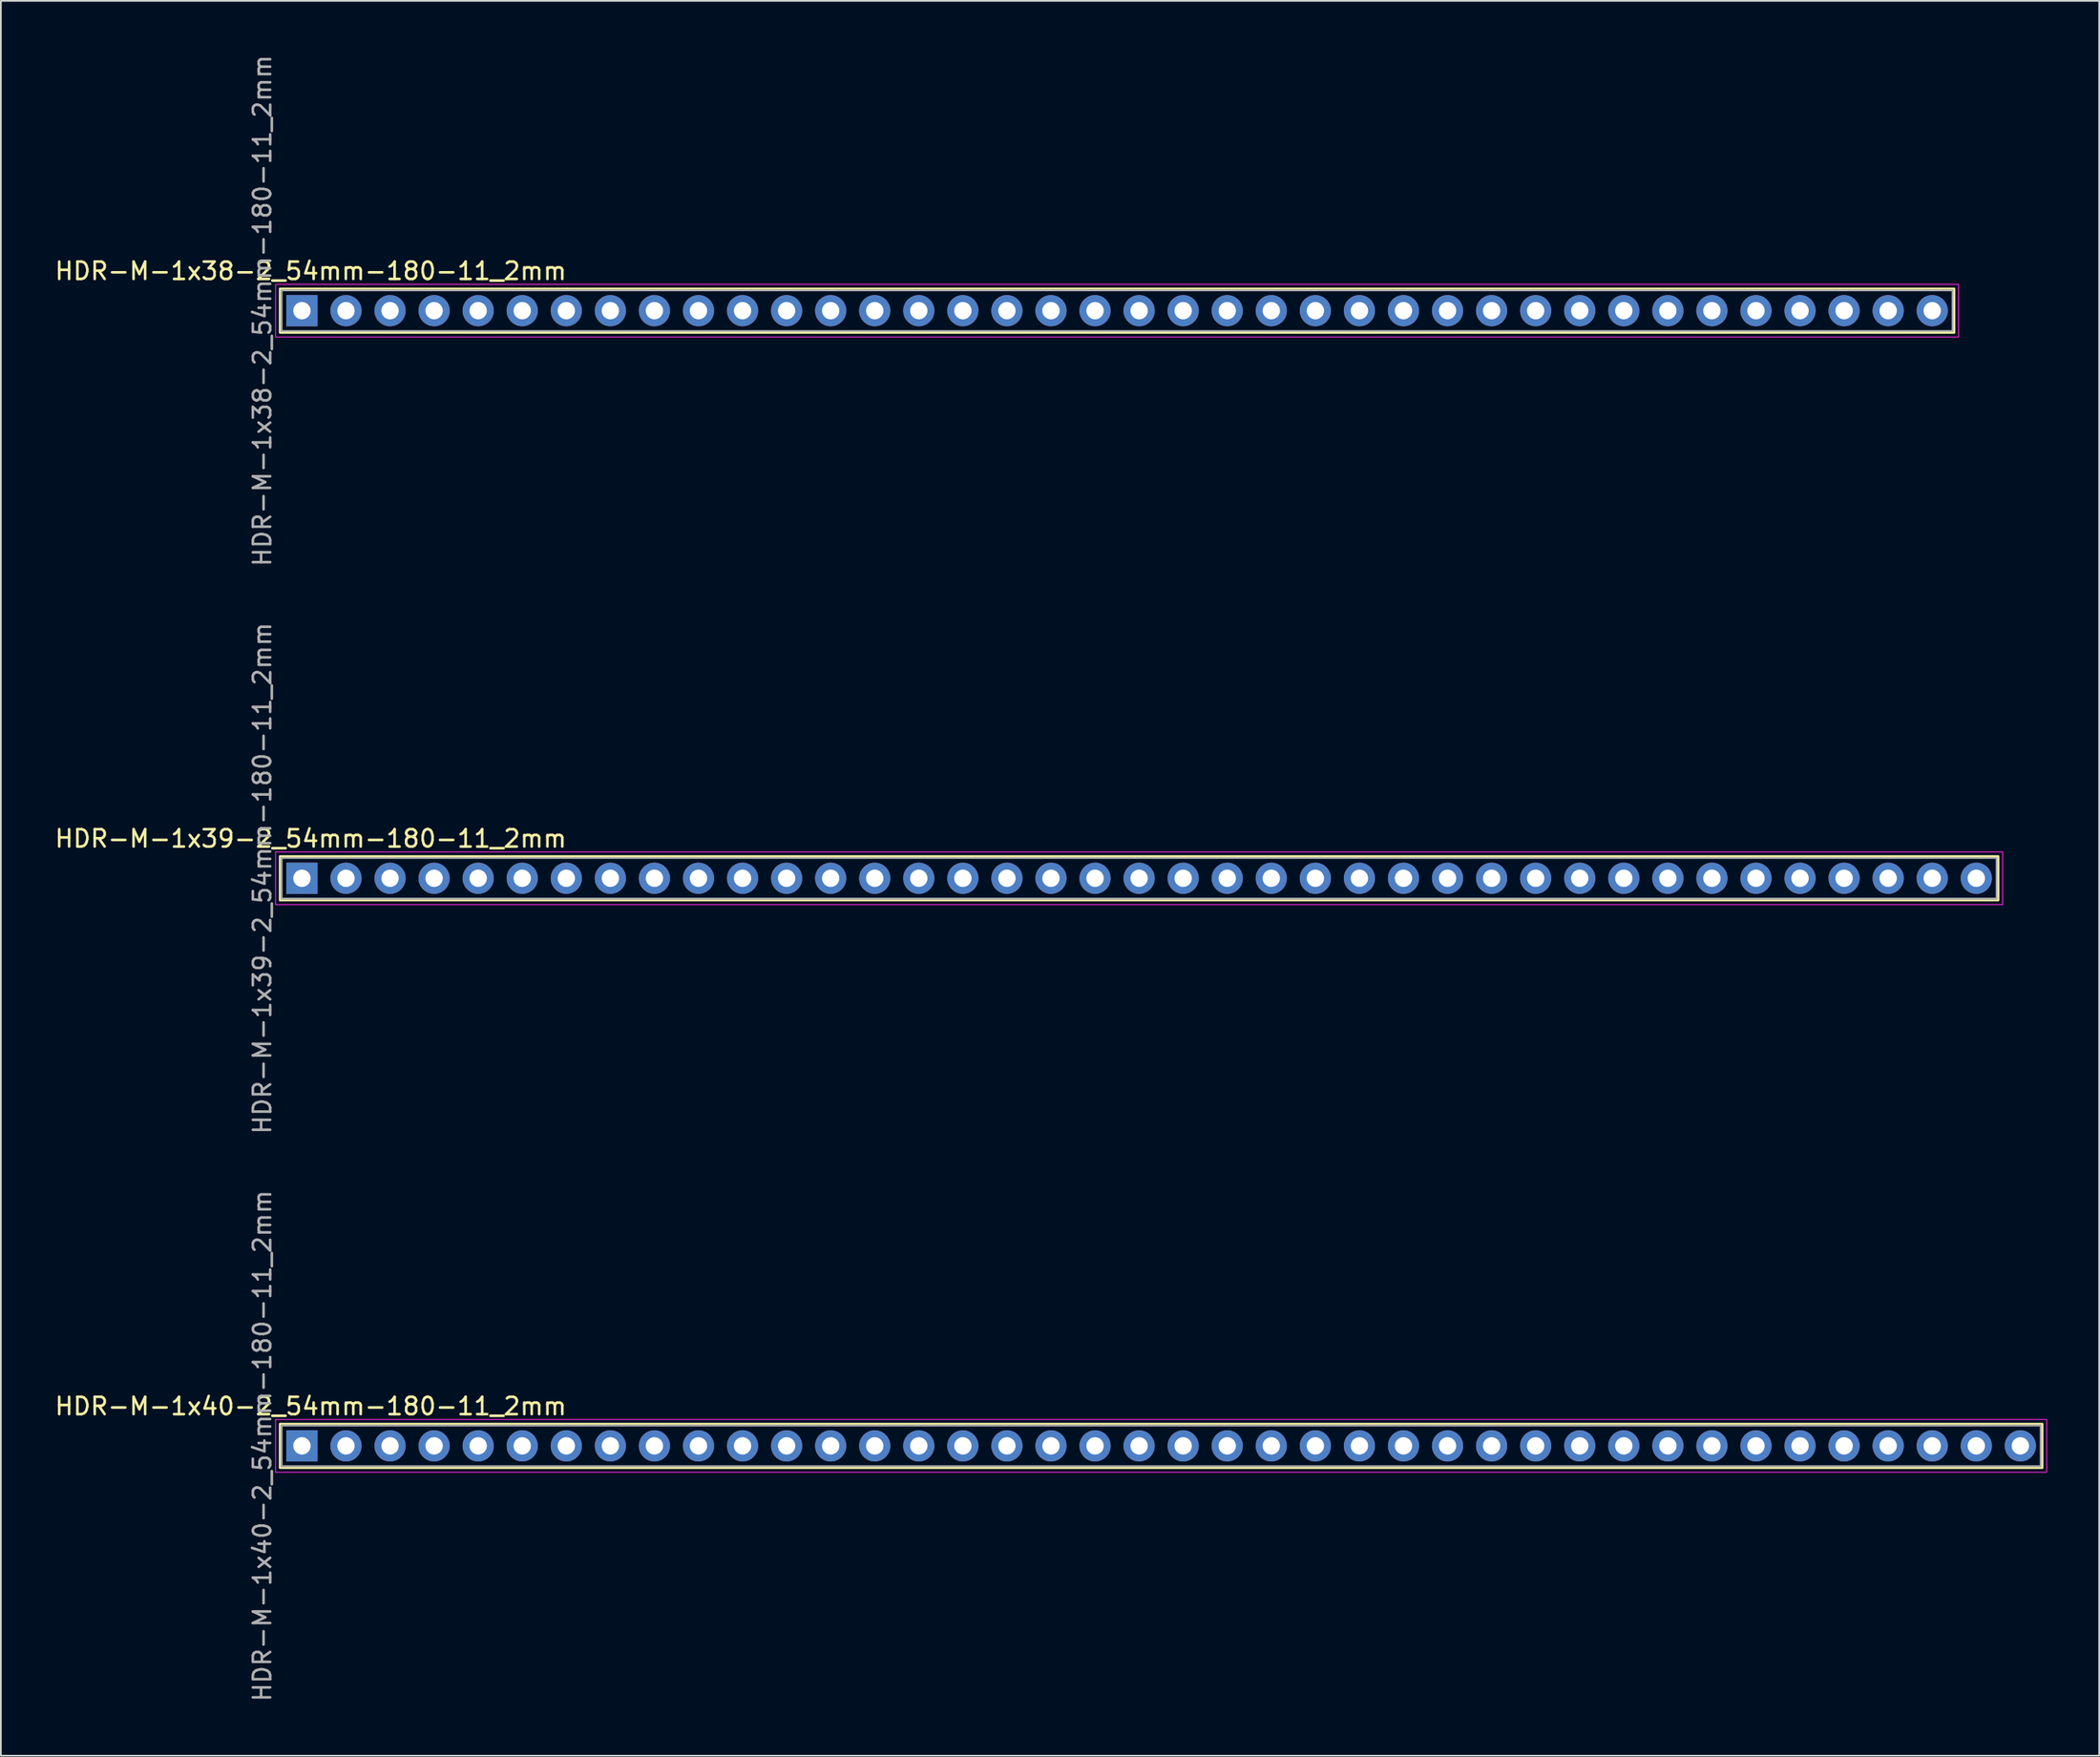
<source format=kicad_pcb>
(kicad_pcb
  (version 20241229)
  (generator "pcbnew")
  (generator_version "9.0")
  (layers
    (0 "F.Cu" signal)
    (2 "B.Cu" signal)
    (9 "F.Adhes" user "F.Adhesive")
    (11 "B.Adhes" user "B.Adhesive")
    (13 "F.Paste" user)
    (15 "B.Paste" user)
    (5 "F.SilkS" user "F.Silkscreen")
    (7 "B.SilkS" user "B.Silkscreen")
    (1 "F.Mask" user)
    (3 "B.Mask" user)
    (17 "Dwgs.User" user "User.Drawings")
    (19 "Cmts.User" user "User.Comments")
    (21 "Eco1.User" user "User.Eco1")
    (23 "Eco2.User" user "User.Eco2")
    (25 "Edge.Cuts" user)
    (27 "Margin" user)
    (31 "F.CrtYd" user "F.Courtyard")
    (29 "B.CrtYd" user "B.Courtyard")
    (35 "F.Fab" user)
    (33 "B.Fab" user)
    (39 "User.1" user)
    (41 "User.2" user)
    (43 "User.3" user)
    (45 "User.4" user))
  (footprint "HDR-M-1x38-2_54mm-180-11_2mm"
    (layer "F.Cu")
    (at 14.355 14.863)
    (property "Reference" "HDR-M-1x38-2_54mm-180-11_2mm" (at 0.508 -2.286 0) (unlocked yes) (layer "F.SilkS") (effects (font (size 1 1) (thickness 0.15))))
    (attr through_hole)
    (fp_rect (start -1.27 -1.27) (end 95.25 1.27) (stroke (width 0.12) (type solid)) (fill no) (layer "F.SilkS"))
    (fp_rect (start -1.52 -1.52) (end 95.5 1.52) (stroke (width 0.05) (type solid)) (fill no) (layer "F.CrtYd"))
    (fp_rect (start -1.17 -1.17) (end 95.15 1.17) (stroke (width 0.1) (type solid)) (fill no) (layer "F.Fab"))
    (fp_text user "${REFERENCE}" (at -2.286 0 90) (unlocked yes) (layer "F.Fab") (effects (font (size 1 1) (thickness 0.15))))
    (pad "1" thru_hole rect (at 0 0) (size 1.8 1.8) (drill 1) (layers "*.Cu" "*.Mask"))
    (pad "2" thru_hole circle (at 2.54 0) (size 1.8 1.8) (drill 1) (layers "*.Cu" "*.Mask"))
    (pad "3" thru_hole circle (at 5.08 0) (size 1.8 1.8) (drill 1) (layers "*.Cu" "*.Mask"))
    (pad "4" thru_hole circle (at 7.62 0) (size 1.8 1.8) (drill 1) (layers "*.Cu" "*.Mask"))
    (pad "5" thru_hole circle (at 10.16 0) (size 1.8 1.8) (drill 1) (layers "*.Cu" "*.Mask"))
    (pad "6" thru_hole circle (at 12.7 0) (size 1.8 1.8) (drill 1) (layers "*.Cu" "*.Mask"))
    (pad "7" thru_hole circle (at 15.24 0) (size 1.8 1.8) (drill 1) (layers "*.Cu" "*.Mask"))
    (pad "8" thru_hole circle (at 17.78 0) (size 1.8 1.8) (drill 1) (layers "*.Cu" "*.Mask"))
    (pad "9" thru_hole circle (at 20.32 0) (size 1.8 1.8) (drill 1) (layers "*.Cu" "*.Mask"))
    (pad "10" thru_hole circle (at 22.86 0) (size 1.8 1.8) (drill 1) (layers "*.Cu" "*.Mask"))
    (pad "11" thru_hole circle (at 25.4 0) (size 1.8 1.8) (drill 1) (layers "*.Cu" "*.Mask"))
    (pad "12" thru_hole circle (at 27.94 0) (size 1.8 1.8) (drill 1) (layers "*.Cu" "*.Mask"))
    (pad "13" thru_hole circle (at 30.48 0) (size 1.8 1.8) (drill 1) (layers "*.Cu" "*.Mask"))
    (pad "14" thru_hole circle (at 33.02 0) (size 1.8 1.8) (drill 1) (layers "*.Cu" "*.Mask"))
    (pad "15" thru_hole circle (at 35.56 0) (size 1.8 1.8) (drill 1) (layers "*.Cu" "*.Mask"))
    (pad "16" thru_hole circle (at 38.1 0) (size 1.8 1.8) (drill 1) (layers "*.Cu" "*.Mask"))
    (pad "17" thru_hole circle (at 40.64 0) (size 1.8 1.8) (drill 1) (layers "*.Cu" "*.Mask"))
    (pad "18" thru_hole circle (at 43.18 0) (size 1.8 1.8) (drill 1) (layers "*.Cu" "*.Mask"))
    (pad "19" thru_hole circle (at 45.72 0) (size 1.8 1.8) (drill 1) (layers "*.Cu" "*.Mask"))
    (pad "20" thru_hole circle (at 48.26 0) (size 1.8 1.8) (drill 1) (layers "*.Cu" "*.Mask"))
    (pad "21" thru_hole circle (at 50.8 0) (size 1.8 1.8) (drill 1) (layers "*.Cu" "*.Mask"))
    (pad "22" thru_hole circle (at 53.34 0) (size 1.8 1.8) (drill 1) (layers "*.Cu" "*.Mask"))
    (pad "23" thru_hole circle (at 55.88 0) (size 1.8 1.8) (drill 1) (layers "*.Cu" "*.Mask"))
    (pad "24" thru_hole circle (at 58.42 0) (size 1.8 1.8) (drill 1) (layers "*.Cu" "*.Mask"))
    (pad "25" thru_hole circle (at 60.96 0) (size 1.8 1.8) (drill 1) (layers "*.Cu" "*.Mask"))
    (pad "26" thru_hole circle (at 63.5 0) (size 1.8 1.8) (drill 1) (layers "*.Cu" "*.Mask"))
    (pad "27" thru_hole circle (at 66.04 0) (size 1.8 1.8) (drill 1) (layers "*.Cu" "*.Mask"))
    (pad "28" thru_hole circle (at 68.58 0) (size 1.8 1.8) (drill 1) (layers "*.Cu" "*.Mask"))
    (pad "29" thru_hole circle (at 71.12 0) (size 1.8 1.8) (drill 1) (layers "*.Cu" "*.Mask"))
    (pad "30" thru_hole circle (at 73.66 0) (size 1.8 1.8) (drill 1) (layers "*.Cu" "*.Mask"))
    (pad "31" thru_hole circle (at 76.2 0) (size 1.8 1.8) (drill 1) (layers "*.Cu" "*.Mask"))
    (pad "32" thru_hole circle (at 78.74 0) (size 1.8 1.8) (drill 1) (layers "*.Cu" "*.Mask"))
    (pad "33" thru_hole circle (at 81.28 0) (size 1.8 1.8) (drill 1) (layers "*.Cu" "*.Mask"))
    (pad "34" thru_hole circle (at 83.82 0) (size 1.8 1.8) (drill 1) (layers "*.Cu" "*.Mask"))
    (pad "35" thru_hole circle (at 86.36 0) (size 1.8 1.8) (drill 1) (layers "*.Cu" "*.Mask"))
    (pad "36" thru_hole circle (at 88.9 0) (size 1.8 1.8) (drill 1) (layers "*.Cu" "*.Mask"))
    (pad "37" thru_hole circle (at 91.44 0) (size 1.8 1.8) (drill 1) (layers "*.Cu" "*.Mask"))
    (pad "38" thru_hole circle (at 93.98 0) (size 1.8 1.8) (drill 1) (layers "*.Cu" "*.Mask")))
  (footprint "HDR-M-1x39-2_54mm-180-11_2mm"
    (layer "F.Cu")
    (at 14.355 47.589)
    (property "Reference" "HDR-M-1x39-2_54mm-180-11_2mm" (at 0.508 -2.286 0) (unlocked yes) (layer "F.SilkS") (effects (font (size 1 1) (thickness 0.15))))
    (attr through_hole)
    (fp_rect (start -1.27 -1.27) (end 97.79 1.27) (stroke (width 0.12) (type solid)) (fill no) (layer "F.SilkS"))
    (fp_rect (start -1.52 -1.52) (end 98.04 1.52) (stroke (width 0.05) (type solid)) (fill no) (layer "F.CrtYd"))
    (fp_rect (start -1.17 -1.17) (end 97.69 1.17) (stroke (width 0.1) (type solid)) (fill no) (layer "F.Fab"))
    (fp_text user "${REFERENCE}" (at -2.286 0 90) (unlocked yes) (layer "F.Fab") (effects (font (size 1 1) (thickness 0.15))))
    (pad "1" thru_hole rect (at 0 0) (size 1.8 1.8) (drill 1) (layers "*.Cu" "*.Mask"))
    (pad "2" thru_hole circle (at 2.54 0) (size 1.8 1.8) (drill 1) (layers "*.Cu" "*.Mask"))
    (pad "3" thru_hole circle (at 5.08 0) (size 1.8 1.8) (drill 1) (layers "*.Cu" "*.Mask"))
    (pad "4" thru_hole circle (at 7.62 0) (size 1.8 1.8) (drill 1) (layers "*.Cu" "*.Mask"))
    (pad "5" thru_hole circle (at 10.16 0) (size 1.8 1.8) (drill 1) (layers "*.Cu" "*.Mask"))
    (pad "6" thru_hole circle (at 12.7 0) (size 1.8 1.8) (drill 1) (layers "*.Cu" "*.Mask"))
    (pad "7" thru_hole circle (at 15.24 0) (size 1.8 1.8) (drill 1) (layers "*.Cu" "*.Mask"))
    (pad "8" thru_hole circle (at 17.78 0) (size 1.8 1.8) (drill 1) (layers "*.Cu" "*.Mask"))
    (pad "9" thru_hole circle (at 20.32 0) (size 1.8 1.8) (drill 1) (layers "*.Cu" "*.Mask"))
    (pad "10" thru_hole circle (at 22.86 0) (size 1.8 1.8) (drill 1) (layers "*.Cu" "*.Mask"))
    (pad "11" thru_hole circle (at 25.4 0) (size 1.8 1.8) (drill 1) (layers "*.Cu" "*.Mask"))
    (pad "12" thru_hole circle (at 27.94 0) (size 1.8 1.8) (drill 1) (layers "*.Cu" "*.Mask"))
    (pad "13" thru_hole circle (at 30.48 0) (size 1.8 1.8) (drill 1) (layers "*.Cu" "*.Mask"))
    (pad "14" thru_hole circle (at 33.02 0) (size 1.8 1.8) (drill 1) (layers "*.Cu" "*.Mask"))
    (pad "15" thru_hole circle (at 35.56 0) (size 1.8 1.8) (drill 1) (layers "*.Cu" "*.Mask"))
    (pad "16" thru_hole circle (at 38.1 0) (size 1.8 1.8) (drill 1) (layers "*.Cu" "*.Mask"))
    (pad "17" thru_hole circle (at 40.64 0) (size 1.8 1.8) (drill 1) (layers "*.Cu" "*.Mask"))
    (pad "18" thru_hole circle (at 43.18 0) (size 1.8 1.8) (drill 1) (layers "*.Cu" "*.Mask"))
    (pad "19" thru_hole circle (at 45.72 0) (size 1.8 1.8) (drill 1) (layers "*.Cu" "*.Mask"))
    (pad "20" thru_hole circle (at 48.26 0) (size 1.8 1.8) (drill 1) (layers "*.Cu" "*.Mask"))
    (pad "21" thru_hole circle (at 50.8 0) (size 1.8 1.8) (drill 1) (layers "*.Cu" "*.Mask"))
    (pad "22" thru_hole circle (at 53.34 0) (size 1.8 1.8) (drill 1) (layers "*.Cu" "*.Mask"))
    (pad "23" thru_hole circle (at 55.88 0) (size 1.8 1.8) (drill 1) (layers "*.Cu" "*.Mask"))
    (pad "24" thru_hole circle (at 58.42 0) (size 1.8 1.8) (drill 1) (layers "*.Cu" "*.Mask"))
    (pad "25" thru_hole circle (at 60.96 0) (size 1.8 1.8) (drill 1) (layers "*.Cu" "*.Mask"))
    (pad "26" thru_hole circle (at 63.5 0) (size 1.8 1.8) (drill 1) (layers "*.Cu" "*.Mask"))
    (pad "27" thru_hole circle (at 66.04 0) (size 1.8 1.8) (drill 1) (layers "*.Cu" "*.Mask"))
    (pad "28" thru_hole circle (at 68.58 0) (size 1.8 1.8) (drill 1) (layers "*.Cu" "*.Mask"))
    (pad "29" thru_hole circle (at 71.12 0) (size 1.8 1.8) (drill 1) (layers "*.Cu" "*.Mask"))
    (pad "30" thru_hole circle (at 73.66 0) (size 1.8 1.8) (drill 1) (layers "*.Cu" "*.Mask"))
    (pad "31" thru_hole circle (at 76.2 0) (size 1.8 1.8) (drill 1) (layers "*.Cu" "*.Mask"))
    (pad "32" thru_hole circle (at 78.74 0) (size 1.8 1.8) (drill 1) (layers "*.Cu" "*.Mask"))
    (pad "33" thru_hole circle (at 81.28 0) (size 1.8 1.8) (drill 1) (layers "*.Cu" "*.Mask"))
    (pad "34" thru_hole circle (at 83.82 0) (size 1.8 1.8) (drill 1) (layers "*.Cu" "*.Mask"))
    (pad "35" thru_hole circle (at 86.36 0) (size 1.8 1.8) (drill 1) (layers "*.Cu" "*.Mask"))
    (pad "36" thru_hole circle (at 88.9 0) (size 1.8 1.8) (drill 1) (layers "*.Cu" "*.Mask"))
    (pad "37" thru_hole circle (at 91.44 0) (size 1.8 1.8) (drill 1) (layers "*.Cu" "*.Mask"))
    (pad "38" thru_hole circle (at 93.98 0) (size 1.8 1.8) (drill 1) (layers "*.Cu" "*.Mask"))
    (pad "39" thru_hole circle (at 96.52 0) (size 1.8 1.8) (drill 1) (layers "*.Cu" "*.Mask")))
  (footprint "HDR-M-1x40-2_54mm-180-11_2mm"
    (layer "F.Cu")
    (at 14.355 80.315)
    (property "Reference" "HDR-M-1x40-2_54mm-180-11_2mm" (at 0.508 -2.286 0) (unlocked yes) (layer "F.SilkS") (effects (font (size 1 1) (thickness 0.15))))
    (attr through_hole)
    (fp_rect (start -1.27 -1.27) (end 100.33 1.27) (stroke (width 0.12) (type solid)) (fill no) (layer "F.SilkS"))
    (fp_rect (start -1.52 -1.52) (end 100.58 1.52) (stroke (width 0.05) (type solid)) (fill no) (layer "F.CrtYd"))
    (fp_rect (start -1.17 -1.17) (end 100.23 1.17) (stroke (width 0.1) (type solid)) (fill no) (layer "F.Fab"))
    (fp_text user "${REFERENCE}" (at -2.286 0 90) (unlocked yes) (layer "F.Fab") (effects (font (size 1 1) (thickness 0.15))))
    (pad "1" thru_hole rect (at 0 0) (size 1.8 1.8) (drill 1) (layers "*.Cu" "*.Mask"))
    (pad "2" thru_hole circle (at 2.54 0) (size 1.8 1.8) (drill 1) (layers "*.Cu" "*.Mask"))
    (pad "3" thru_hole circle (at 5.08 0) (size 1.8 1.8) (drill 1) (layers "*.Cu" "*.Mask"))
    (pad "4" thru_hole circle (at 7.62 0) (size 1.8 1.8) (drill 1) (layers "*.Cu" "*.Mask"))
    (pad "5" thru_hole circle (at 10.16 0) (size 1.8 1.8) (drill 1) (layers "*.Cu" "*.Mask"))
    (pad "6" thru_hole circle (at 12.7 0) (size 1.8 1.8) (drill 1) (layers "*.Cu" "*.Mask"))
    (pad "7" thru_hole circle (at 15.24 0) (size 1.8 1.8) (drill 1) (layers "*.Cu" "*.Mask"))
    (pad "8" thru_hole circle (at 17.78 0) (size 1.8 1.8) (drill 1) (layers "*.Cu" "*.Mask"))
    (pad "9" thru_hole circle (at 20.32 0) (size 1.8 1.8) (drill 1) (layers "*.Cu" "*.Mask"))
    (pad "10" thru_hole circle (at 22.86 0) (size 1.8 1.8) (drill 1) (layers "*.Cu" "*.Mask"))
    (pad "11" thru_hole circle (at 25.4 0) (size 1.8 1.8) (drill 1) (layers "*.Cu" "*.Mask"))
    (pad "12" thru_hole circle (at 27.94 0) (size 1.8 1.8) (drill 1) (layers "*.Cu" "*.Mask"))
    (pad "13" thru_hole circle (at 30.48 0) (size 1.8 1.8) (drill 1) (layers "*.Cu" "*.Mask"))
    (pad "14" thru_hole circle (at 33.02 0) (size 1.8 1.8) (drill 1) (layers "*.Cu" "*.Mask"))
    (pad "15" thru_hole circle (at 35.56 0) (size 1.8 1.8) (drill 1) (layers "*.Cu" "*.Mask"))
    (pad "16" thru_hole circle (at 38.1 0) (size 1.8 1.8) (drill 1) (layers "*.Cu" "*.Mask"))
    (pad "17" thru_hole circle (at 40.64 0) (size 1.8 1.8) (drill 1) (layers "*.Cu" "*.Mask"))
    (pad "18" thru_hole circle (at 43.18 0) (size 1.8 1.8) (drill 1) (layers "*.Cu" "*.Mask"))
    (pad "19" thru_hole circle (at 45.72 0) (size 1.8 1.8) (drill 1) (layers "*.Cu" "*.Mask"))
    (pad "20" thru_hole circle (at 48.26 0) (size 1.8 1.8) (drill 1) (layers "*.Cu" "*.Mask"))
    (pad "21" thru_hole circle (at 50.8 0) (size 1.8 1.8) (drill 1) (layers "*.Cu" "*.Mask"))
    (pad "22" thru_hole circle (at 53.34 0) (size 1.8 1.8) (drill 1) (layers "*.Cu" "*.Mask"))
    (pad "23" thru_hole circle (at 55.88 0) (size 1.8 1.8) (drill 1) (layers "*.Cu" "*.Mask"))
    (pad "24" thru_hole circle (at 58.42 0) (size 1.8 1.8) (drill 1) (layers "*.Cu" "*.Mask"))
    (pad "25" thru_hole circle (at 60.96 0) (size 1.8 1.8) (drill 1) (layers "*.Cu" "*.Mask"))
    (pad "26" thru_hole circle (at 63.5 0) (size 1.8 1.8) (drill 1) (layers "*.Cu" "*.Mask"))
    (pad "27" thru_hole circle (at 66.04 0) (size 1.8 1.8) (drill 1) (layers "*.Cu" "*.Mask"))
    (pad "28" thru_hole circle (at 68.58 0) (size 1.8 1.8) (drill 1) (layers "*.Cu" "*.Mask"))
    (pad "29" thru_hole circle (at 71.12 0) (size 1.8 1.8) (drill 1) (layers "*.Cu" "*.Mask"))
    (pad "30" thru_hole circle (at 73.66 0) (size 1.8 1.8) (drill 1) (layers "*.Cu" "*.Mask"))
    (pad "31" thru_hole circle (at 76.2 0) (size 1.8 1.8) (drill 1) (layers "*.Cu" "*.Mask"))
    (pad "32" thru_hole circle (at 78.74 0) (size 1.8 1.8) (drill 1) (layers "*.Cu" "*.Mask"))
    (pad "33" thru_hole circle (at 81.28 0) (size 1.8 1.8) (drill 1) (layers "*.Cu" "*.Mask"))
    (pad "34" thru_hole circle (at 83.82 0) (size 1.8 1.8) (drill 1) (layers "*.Cu" "*.Mask"))
    (pad "35" thru_hole circle (at 86.36 0) (size 1.8 1.8) (drill 1) (layers "*.Cu" "*.Mask"))
    (pad "36" thru_hole circle (at 88.9 0) (size 1.8 1.8) (drill 1) (layers "*.Cu" "*.Mask"))
    (pad "37" thru_hole circle (at 91.44 0) (size 1.8 1.8) (drill 1) (layers "*.Cu" "*.Mask"))
    (pad "38" thru_hole circle (at 93.98 0) (size 1.8 1.8) (drill 1) (layers "*.Cu" "*.Mask"))
    (pad "39" thru_hole circle (at 96.52 0) (size 1.8 1.8) (drill 1) (layers "*.Cu" "*.Mask"))
    (pad "40" thru_hole circle (at 99.06 0) (size 1.8 1.8) (drill 1) (layers "*.Cu" "*.Mask")))
  (gr_rect
    (start -3 -3)
    (end 117.96 98.179)
    (stroke (width 0.1) (type default))
    (fill no)
    (layer "Edge.Cuts")))
</source>
